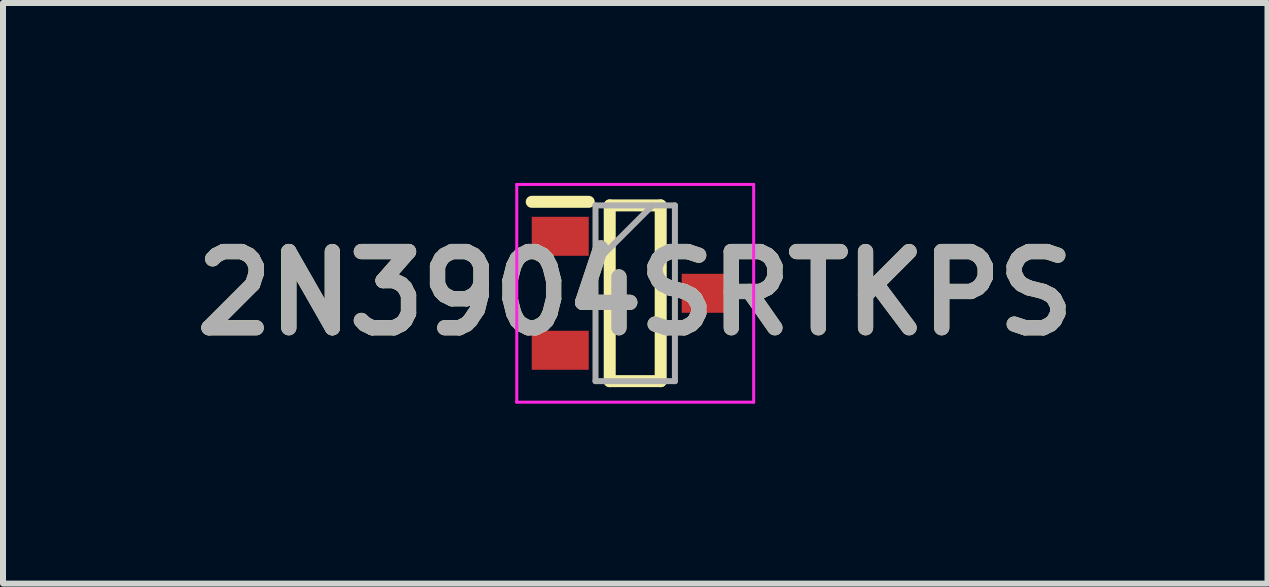
<source format=kicad_pcb>
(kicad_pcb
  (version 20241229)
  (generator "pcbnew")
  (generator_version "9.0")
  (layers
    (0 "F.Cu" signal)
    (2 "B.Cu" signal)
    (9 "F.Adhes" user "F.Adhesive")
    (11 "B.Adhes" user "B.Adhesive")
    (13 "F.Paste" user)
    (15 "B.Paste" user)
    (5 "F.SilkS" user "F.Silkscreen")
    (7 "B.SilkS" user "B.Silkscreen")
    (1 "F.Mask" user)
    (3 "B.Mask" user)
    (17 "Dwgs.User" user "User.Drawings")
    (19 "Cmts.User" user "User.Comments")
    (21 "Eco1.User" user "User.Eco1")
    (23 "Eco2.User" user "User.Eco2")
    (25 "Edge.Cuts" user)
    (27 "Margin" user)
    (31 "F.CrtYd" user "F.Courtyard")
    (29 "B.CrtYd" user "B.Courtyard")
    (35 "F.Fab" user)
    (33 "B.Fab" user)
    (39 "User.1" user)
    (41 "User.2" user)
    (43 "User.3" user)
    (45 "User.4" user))
  (footprint "2N3904SRTKPS"
    (layer "F.Cu")
    (at 7.541 1.84)
    (property "Reference" "2N3904SRTKPS" (at 0 0 0) (layer "F.SilkS") (effects (font (size 1.27 1.27) (thickness 0.254))))
    (attr smd)
    (fp_line (start -1.725 -1.525) (end -0.775 -1.525) (stroke (width 0.2) (type solid)) (layer "F.SilkS"))
    (fp_line (start -0.425 -1.465) (end 0.425 -1.465) (stroke (width 0.2) (type solid)) (layer "F.SilkS"))
    (fp_line (start -0.425 1.465) (end -0.425 -1.465) (stroke (width 0.2) (type solid)) (layer "F.SilkS"))
    (fp_line (start 0.425 -1.465) (end 0.425 1.465) (stroke (width 0.2) (type solid)) (layer "F.SilkS"))
    (fp_line (start 0.425 1.465) (end -0.425 1.465) (stroke (width 0.2) (type solid)) (layer "F.SilkS"))
    (fp_line (start -1.975 -1.815) (end 1.975 -1.815) (stroke (width 0.05) (type solid)) (layer "F.CrtYd"))
    (fp_line (start -1.975 1.815) (end -1.975 -1.815) (stroke (width 0.05) (type solid)) (layer "F.CrtYd"))
    (fp_line (start 1.975 -1.815) (end 1.975 1.815) (stroke (width 0.05) (type solid)) (layer "F.CrtYd"))
    (fp_line (start 1.975 1.815) (end -1.975 1.815) (stroke (width 0.05) (type solid)) (layer "F.CrtYd"))
    (fp_line (start -0.662 -1.465) (end 0.662 -1.465) (stroke (width 0.1) (type solid)) (layer "F.Fab"))
    (fp_line (start -0.662 -0.515) (end 0.288 -1.465) (stroke (width 0.1) (type solid)) (layer "F.Fab"))
    (fp_line (start -0.662 1.465) (end -0.662 -1.465) (stroke (width 0.1) (type solid)) (layer "F.Fab"))
    (fp_line (start 0.662 -1.465) (end 0.662 1.465) (stroke (width 0.1) (type solid)) (layer "F.Fab"))
    (fp_line (start 0.662 1.465) (end -0.662 1.465) (stroke (width 0.1) (type solid)) (layer "F.Fab"))
    (fp_text user "${REFERENCE}" (at 0 0 0) (layer "F.Fab") (effects (font (size 1.27 1.27) (thickness 0.254))))
    (pad "1" smd rect (at -1.25 0.95 90) (size 0.65 0.95) (layers "F.Cu" "F.Mask" "F.Paste"))
    (pad "2" smd rect (at -1.25 -0.95 90) (size 0.65 0.95) (layers "F.Cu" "F.Mask" "F.Paste"))
    (pad "3" smd rect (at 1.25 0 90) (size 0.65 0.95) (layers "F.Cu" "F.Mask" "F.Paste")))
  (gr_rect
    (start -3 -3)
    (end 18.083 6.68)
    (stroke (width 0.1) (type default))
    (fill no)
    (layer "Edge.Cuts")))
</source>
